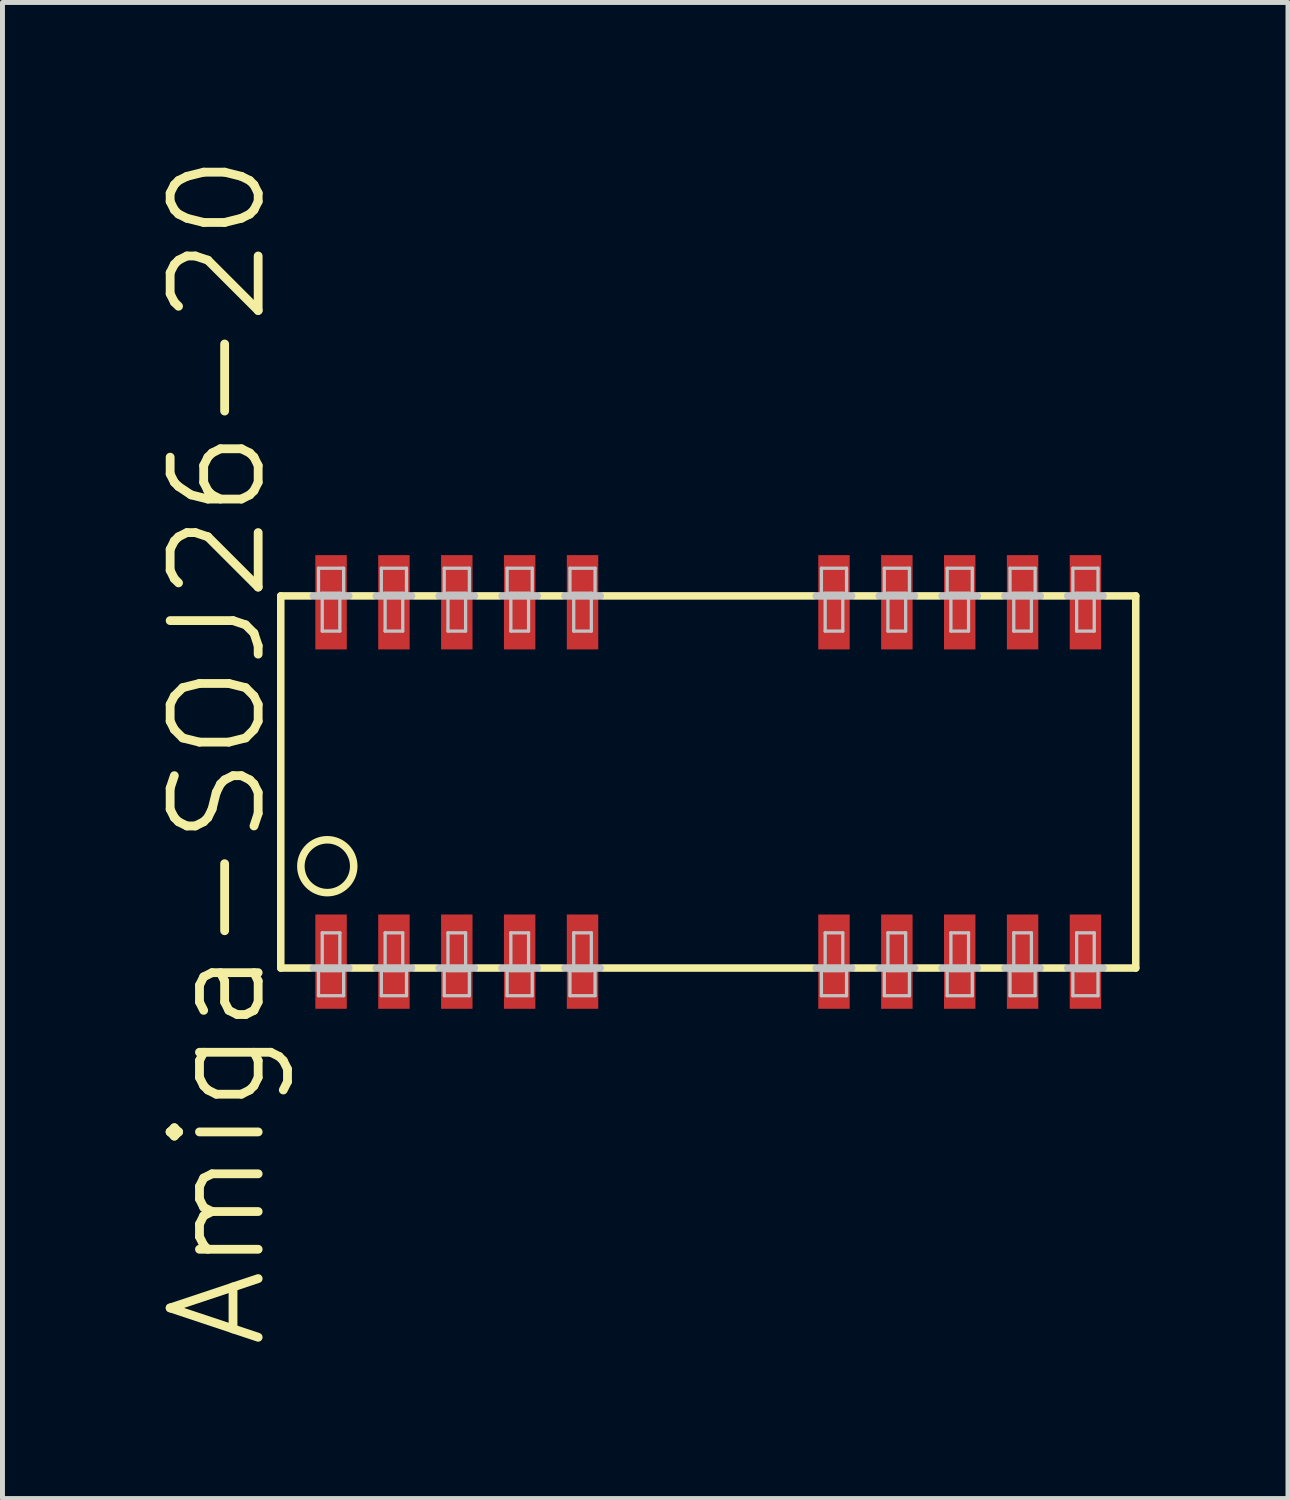
<source format=kicad_pcb>
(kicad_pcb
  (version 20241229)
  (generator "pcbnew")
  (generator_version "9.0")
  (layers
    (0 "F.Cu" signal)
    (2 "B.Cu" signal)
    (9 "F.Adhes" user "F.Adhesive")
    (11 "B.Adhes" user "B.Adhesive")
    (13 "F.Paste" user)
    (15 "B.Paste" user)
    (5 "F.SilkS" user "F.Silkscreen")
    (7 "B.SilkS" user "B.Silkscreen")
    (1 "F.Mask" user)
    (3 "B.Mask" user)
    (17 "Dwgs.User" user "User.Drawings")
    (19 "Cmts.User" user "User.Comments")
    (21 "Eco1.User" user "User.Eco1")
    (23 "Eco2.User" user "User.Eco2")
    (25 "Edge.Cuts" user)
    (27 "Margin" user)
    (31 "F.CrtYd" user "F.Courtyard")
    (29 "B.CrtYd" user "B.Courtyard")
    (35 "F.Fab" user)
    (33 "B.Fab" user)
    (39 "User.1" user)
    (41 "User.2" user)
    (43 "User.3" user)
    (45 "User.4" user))
  (footprint "Amiga-SOJ26-20"
    (layer "F.Cu")
    (at 11.258 12.747)
    (property "Reference" "Amiga-SOJ26-20" (at -9.906 -0.635 90) (layer "F.SilkS") (effects (font (size 1.778 1.778) (thickness 0.178))))
    (attr smd)
    (fp_line (start -8.636 -3.759) (end -8.636 3.759) (stroke (width 0.152) (type solid)) (layer "F.SilkS"))
    (fp_line (start -8.636 -3.759) (end -8.026 -3.759) (stroke (width 0.152) (type solid)) (layer "F.SilkS"))
    (fp_line (start -8.636 3.759) (end -8.026 3.759) (stroke (width 0.152) (type solid)) (layer "F.SilkS"))
    (fp_line (start -7.211 -3.759) (end -6.756 -3.759) (stroke (width 0.152) (type solid)) (layer "F.SilkS"))
    (fp_line (start -6.756 3.759) (end -7.211 3.759) (stroke (width 0.152) (type solid)) (layer "F.SilkS"))
    (fp_line (start -5.944 -3.759) (end -5.486 -3.759) (stroke (width 0.152) (type solid)) (layer "F.SilkS"))
    (fp_line (start -5.486 3.759) (end -5.944 3.759) (stroke (width 0.152) (type solid)) (layer "F.SilkS"))
    (fp_line (start -4.674 -3.759) (end -4.216 -3.759) (stroke (width 0.152) (type solid)) (layer "F.SilkS"))
    (fp_line (start -4.216 3.759) (end -4.674 3.759) (stroke (width 0.152) (type solid)) (layer "F.SilkS"))
    (fp_line (start -3.404 -3.759) (end -2.946 -3.759) (stroke (width 0.152) (type solid)) (layer "F.SilkS"))
    (fp_line (start -2.946 3.759) (end -3.404 3.759) (stroke (width 0.152) (type solid)) (layer "F.SilkS"))
    (fp_line (start -2.134 -3.759) (end 2.134 -3.759) (stroke (width 0.152) (type solid)) (layer "F.SilkS"))
    (fp_line (start 2.134 3.759) (end -2.134 3.759) (stroke (width 0.152) (type solid)) (layer "F.SilkS"))
    (fp_line (start 2.946 -3.759) (end 3.404 -3.759) (stroke (width 0.152) (type solid)) (layer "F.SilkS"))
    (fp_line (start 3.404 3.759) (end 2.946 3.759) (stroke (width 0.152) (type solid)) (layer "F.SilkS"))
    (fp_line (start 4.216 -3.759) (end 4.674 -3.759) (stroke (width 0.152) (type solid)) (layer "F.SilkS"))
    (fp_line (start 4.674 3.759) (end 4.216 3.759) (stroke (width 0.152) (type solid)) (layer "F.SilkS"))
    (fp_line (start 5.486 -3.759) (end 5.944 -3.759) (stroke (width 0.152) (type solid)) (layer "F.SilkS"))
    (fp_line (start 5.944 3.759) (end 5.486 3.759) (stroke (width 0.152) (type solid)) (layer "F.SilkS"))
    (fp_line (start 6.756 -3.759) (end 7.211 -3.759) (stroke (width 0.152) (type solid)) (layer "F.SilkS"))
    (fp_line (start 7.211 3.759) (end 6.756 3.759) (stroke (width 0.152) (type solid)) (layer "F.SilkS"))
    (fp_line (start 8.636 -3.759) (end 8.026 -3.759) (stroke (width 0.152) (type solid)) (layer "F.SilkS"))
    (fp_line (start 8.636 3.759) (end 8.026 3.759) (stroke (width 0.152) (type solid)) (layer "F.SilkS"))
    (fp_line (start 8.636 3.759) (end 8.636 -3.759) (stroke (width 0.152) (type solid)) (layer "F.SilkS"))
    (fp_circle (center -7.696 1.702) (end -7.696 1.168) (stroke (width 0.152) (type solid)) (fill no) (layer "F.SilkS"))
    (fp_line (start -7.976 -3.759) (end -7.262 -3.759) (stroke (width 0.152) (type solid)) (layer "Dwgs.User"))
    (fp_line (start -7.976 3.759) (end -7.262 3.759) (stroke (width 0.152) (type solid)) (layer "Dwgs.User"))
    (fp_line (start -7.874 -4.318) (end -7.366 -4.318) (stroke (width 0.066) (type solid)) (layer "Dwgs.User"))
    (fp_line (start -7.874 -3.81) (end -7.874 -4.318) (stroke (width 0.066) (type solid)) (layer "Dwgs.User"))
    (fp_line (start -7.874 -3.81) (end -7.366 -3.81) (stroke (width 0.066) (type solid)) (layer "Dwgs.User"))
    (fp_line (start -7.874 3.81) (end -7.366 3.81) (stroke (width 0.066) (type solid)) (layer "Dwgs.User"))
    (fp_line (start -7.874 4.318) (end -7.874 3.81) (stroke (width 0.066) (type solid)) (layer "Dwgs.User"))
    (fp_line (start -7.874 4.318) (end -7.366 4.318) (stroke (width 0.066) (type solid)) (layer "Dwgs.User"))
    (fp_line (start -7.798 -3.81) (end -7.442 -3.81) (stroke (width 0.066) (type solid)) (layer "Dwgs.User"))
    (fp_line (start -7.798 -3.048) (end -7.798 -3.81) (stroke (width 0.066) (type solid)) (layer "Dwgs.User"))
    (fp_line (start -7.798 -3.048) (end -7.442 -3.048) (stroke (width 0.066) (type solid)) (layer "Dwgs.User"))
    (fp_line (start -7.798 3.048) (end -7.442 3.048) (stroke (width 0.066) (type solid)) (layer "Dwgs.User"))
    (fp_line (start -7.798 3.81) (end -7.798 3.048) (stroke (width 0.066) (type solid)) (layer "Dwgs.User"))
    (fp_line (start -7.798 3.81) (end -7.442 3.81) (stroke (width 0.066) (type solid)) (layer "Dwgs.User"))
    (fp_line (start -7.442 -3.048) (end -7.442 -3.81) (stroke (width 0.066) (type solid)) (layer "Dwgs.User"))
    (fp_line (start -7.442 3.81) (end -7.442 3.048) (stroke (width 0.066) (type solid)) (layer "Dwgs.User"))
    (fp_line (start -7.366 -3.81) (end -7.366 -4.318) (stroke (width 0.066) (type solid)) (layer "Dwgs.User"))
    (fp_line (start -7.366 4.318) (end -7.366 3.81) (stroke (width 0.066) (type solid)) (layer "Dwgs.User"))
    (fp_line (start -6.706 -3.759) (end -5.994 -3.759) (stroke (width 0.152) (type solid)) (layer "Dwgs.User"))
    (fp_line (start -6.604 -4.318) (end -6.096 -4.318) (stroke (width 0.066) (type solid)) (layer "Dwgs.User"))
    (fp_line (start -6.604 -3.81) (end -6.604 -4.318) (stroke (width 0.066) (type solid)) (layer "Dwgs.User"))
    (fp_line (start -6.604 -3.81) (end -6.096 -3.81) (stroke (width 0.066) (type solid)) (layer "Dwgs.User"))
    (fp_line (start -6.604 3.81) (end -6.096 3.81) (stroke (width 0.066) (type solid)) (layer "Dwgs.User"))
    (fp_line (start -6.604 4.318) (end -6.604 3.81) (stroke (width 0.066) (type solid)) (layer "Dwgs.User"))
    (fp_line (start -6.604 4.318) (end -6.096 4.318) (stroke (width 0.066) (type solid)) (layer "Dwgs.User"))
    (fp_line (start -6.528 -3.81) (end -6.172 -3.81) (stroke (width 0.066) (type solid)) (layer "Dwgs.User"))
    (fp_line (start -6.528 -3.048) (end -6.528 -3.81) (stroke (width 0.066) (type solid)) (layer "Dwgs.User"))
    (fp_line (start -6.528 -3.048) (end -6.172 -3.048) (stroke (width 0.066) (type solid)) (layer "Dwgs.User"))
    (fp_line (start -6.528 3.048) (end -6.172 3.048) (stroke (width 0.066) (type solid)) (layer "Dwgs.User"))
    (fp_line (start -6.528 3.81) (end -6.528 3.048) (stroke (width 0.066) (type solid)) (layer "Dwgs.User"))
    (fp_line (start -6.528 3.81) (end -6.172 3.81) (stroke (width 0.066) (type solid)) (layer "Dwgs.User"))
    (fp_line (start -6.172 -3.048) (end -6.172 -3.81) (stroke (width 0.066) (type solid)) (layer "Dwgs.User"))
    (fp_line (start -6.172 3.81) (end -6.172 3.048) (stroke (width 0.066) (type solid)) (layer "Dwgs.User"))
    (fp_line (start -6.096 -3.81) (end -6.096 -4.318) (stroke (width 0.066) (type solid)) (layer "Dwgs.User"))
    (fp_line (start -6.096 4.318) (end -6.096 3.81) (stroke (width 0.066) (type solid)) (layer "Dwgs.User"))
    (fp_line (start -5.994 3.759) (end -6.706 3.759) (stroke (width 0.152) (type solid)) (layer "Dwgs.User"))
    (fp_line (start -5.436 -3.759) (end -4.724 -3.759) (stroke (width 0.152) (type solid)) (layer "Dwgs.User"))
    (fp_line (start -5.334 -4.318) (end -4.826 -4.318) (stroke (width 0.066) (type solid)) (layer "Dwgs.User"))
    (fp_line (start -5.334 -3.81) (end -5.334 -4.318) (stroke (width 0.066) (type solid)) (layer "Dwgs.User"))
    (fp_line (start -5.334 -3.81) (end -4.826 -3.81) (stroke (width 0.066) (type solid)) (layer "Dwgs.User"))
    (fp_line (start -5.334 3.81) (end -4.826 3.81) (stroke (width 0.066) (type solid)) (layer "Dwgs.User"))
    (fp_line (start -5.334 4.318) (end -5.334 3.81) (stroke (width 0.066) (type solid)) (layer "Dwgs.User"))
    (fp_line (start -5.334 4.318) (end -4.826 4.318) (stroke (width 0.066) (type solid)) (layer "Dwgs.User"))
    (fp_line (start -5.258 -3.81) (end -4.902 -3.81) (stroke (width 0.066) (type solid)) (layer "Dwgs.User"))
    (fp_line (start -5.258 -3.048) (end -5.258 -3.81) (stroke (width 0.066) (type solid)) (layer "Dwgs.User"))
    (fp_line (start -5.258 -3.048) (end -4.902 -3.048) (stroke (width 0.066) (type solid)) (layer "Dwgs.User"))
    (fp_line (start -5.258 3.048) (end -4.902 3.048) (stroke (width 0.066) (type solid)) (layer "Dwgs.User"))
    (fp_line (start -5.258 3.81) (end -5.258 3.048) (stroke (width 0.066) (type solid)) (layer "Dwgs.User"))
    (fp_line (start -5.258 3.81) (end -4.902 3.81) (stroke (width 0.066) (type solid)) (layer "Dwgs.User"))
    (fp_line (start -4.902 -3.048) (end -4.902 -3.81) (stroke (width 0.066) (type solid)) (layer "Dwgs.User"))
    (fp_line (start -4.902 3.81) (end -4.902 3.048) (stroke (width 0.066) (type solid)) (layer "Dwgs.User"))
    (fp_line (start -4.826 -3.81) (end -4.826 -4.318) (stroke (width 0.066) (type solid)) (layer "Dwgs.User"))
    (fp_line (start -4.826 4.318) (end -4.826 3.81) (stroke (width 0.066) (type solid)) (layer "Dwgs.User"))
    (fp_line (start -4.724 3.759) (end -5.436 3.759) (stroke (width 0.152) (type solid)) (layer "Dwgs.User"))
    (fp_line (start -4.166 -3.759) (end -3.454 -3.759) (stroke (width 0.152) (type solid)) (layer "Dwgs.User"))
    (fp_line (start -4.064 -4.318) (end -3.556 -4.318) (stroke (width 0.066) (type solid)) (layer "Dwgs.User"))
    (fp_line (start -4.064 -3.81) (end -4.064 -4.318) (stroke (width 0.066) (type solid)) (layer "Dwgs.User"))
    (fp_line (start -4.064 -3.81) (end -3.556 -3.81) (stroke (width 0.066) (type solid)) (layer "Dwgs.User"))
    (fp_line (start -4.064 3.81) (end -3.556 3.81) (stroke (width 0.066) (type solid)) (layer "Dwgs.User"))
    (fp_line (start -4.064 4.318) (end -4.064 3.81) (stroke (width 0.066) (type solid)) (layer "Dwgs.User"))
    (fp_line (start -4.064 4.318) (end -3.556 4.318) (stroke (width 0.066) (type solid)) (layer "Dwgs.User"))
    (fp_line (start -3.988 -3.81) (end -3.63 -3.81) (stroke (width 0.066) (type solid)) (layer "Dwgs.User"))
    (fp_line (start -3.988 -3.048) (end -3.988 -3.81) (stroke (width 0.066) (type solid)) (layer "Dwgs.User"))
    (fp_line (start -3.988 -3.048) (end -3.63 -3.048) (stroke (width 0.066) (type solid)) (layer "Dwgs.User"))
    (fp_line (start -3.988 3.048) (end -3.63 3.048) (stroke (width 0.066) (type solid)) (layer "Dwgs.User"))
    (fp_line (start -3.988 3.81) (end -3.988 3.048) (stroke (width 0.066) (type solid)) (layer "Dwgs.User"))
    (fp_line (start -3.988 3.81) (end -3.63 3.81) (stroke (width 0.066) (type solid)) (layer "Dwgs.User"))
    (fp_line (start -3.63 -3.048) (end -3.63 -3.81) (stroke (width 0.066) (type solid)) (layer "Dwgs.User"))
    (fp_line (start -3.63 3.81) (end -3.63 3.048) (stroke (width 0.066) (type solid)) (layer "Dwgs.User"))
    (fp_line (start -3.556 -3.81) (end -3.556 -4.318) (stroke (width 0.066) (type solid)) (layer "Dwgs.User"))
    (fp_line (start -3.556 4.318) (end -3.556 3.81) (stroke (width 0.066) (type solid)) (layer "Dwgs.User"))
    (fp_line (start -3.454 3.759) (end -4.166 3.759) (stroke (width 0.152) (type solid)) (layer "Dwgs.User"))
    (fp_line (start -2.896 -3.759) (end -2.182 -3.759) (stroke (width 0.152) (type solid)) (layer "Dwgs.User"))
    (fp_line (start -2.794 -4.318) (end -2.286 -4.318) (stroke (width 0.066) (type solid)) (layer "Dwgs.User"))
    (fp_line (start -2.794 -3.81) (end -2.794 -4.318) (stroke (width 0.066) (type solid)) (layer "Dwgs.User"))
    (fp_line (start -2.794 -3.81) (end -2.286 -3.81) (stroke (width 0.066) (type solid)) (layer "Dwgs.User"))
    (fp_line (start -2.794 3.81) (end -2.286 3.81) (stroke (width 0.066) (type solid)) (layer "Dwgs.User"))
    (fp_line (start -2.794 4.318) (end -2.794 3.81) (stroke (width 0.066) (type solid)) (layer "Dwgs.User"))
    (fp_line (start -2.794 4.318) (end -2.286 4.318) (stroke (width 0.066) (type solid)) (layer "Dwgs.User"))
    (fp_line (start -2.718 -3.81) (end -2.362 -3.81) (stroke (width 0.066) (type solid)) (layer "Dwgs.User"))
    (fp_line (start -2.718 -3.048) (end -2.718 -3.81) (stroke (width 0.066) (type solid)) (layer "Dwgs.User"))
    (fp_line (start -2.718 -3.048) (end -2.362 -3.048) (stroke (width 0.066) (type solid)) (layer "Dwgs.User"))
    (fp_line (start -2.718 3.048) (end -2.362 3.048) (stroke (width 0.066) (type solid)) (layer "Dwgs.User"))
    (fp_line (start -2.718 3.81) (end -2.718 3.048) (stroke (width 0.066) (type solid)) (layer "Dwgs.User"))
    (fp_line (start -2.718 3.81) (end -2.362 3.81) (stroke (width 0.066) (type solid)) (layer "Dwgs.User"))
    (fp_line (start -2.362 -3.048) (end -2.362 -3.81) (stroke (width 0.066) (type solid)) (layer "Dwgs.User"))
    (fp_line (start -2.362 3.81) (end -2.362 3.048) (stroke (width 0.066) (type solid)) (layer "Dwgs.User"))
    (fp_line (start -2.286 -3.81) (end -2.286 -4.318) (stroke (width 0.066) (type solid)) (layer "Dwgs.User"))
    (fp_line (start -2.286 4.318) (end -2.286 3.81) (stroke (width 0.066) (type solid)) (layer "Dwgs.User"))
    (fp_line (start -2.182 3.759) (end -2.896 3.759) (stroke (width 0.152) (type solid)) (layer "Dwgs.User"))
    (fp_line (start 2.182 -3.759) (end 2.896 -3.759) (stroke (width 0.152) (type solid)) (layer "Dwgs.User"))
    (fp_line (start 2.286 -4.318) (end 2.794 -4.318) (stroke (width 0.066) (type solid)) (layer "Dwgs.User"))
    (fp_line (start 2.286 -3.81) (end 2.286 -4.318) (stroke (width 0.066) (type solid)) (layer "Dwgs.User"))
    (fp_line (start 2.286 -3.81) (end 2.794 -3.81) (stroke (width 0.066) (type solid)) (layer "Dwgs.User"))
    (fp_line (start 2.286 3.81) (end 2.794 3.81) (stroke (width 0.066) (type solid)) (layer "Dwgs.User"))
    (fp_line (start 2.286 4.318) (end 2.286 3.81) (stroke (width 0.066) (type solid)) (layer "Dwgs.User"))
    (fp_line (start 2.286 4.318) (end 2.794 4.318) (stroke (width 0.066) (type solid)) (layer "Dwgs.User"))
    (fp_line (start 2.362 -3.81) (end 2.718 -3.81) (stroke (width 0.066) (type solid)) (layer "Dwgs.User"))
    (fp_line (start 2.362 -3.048) (end 2.362 -3.81) (stroke (width 0.066) (type solid)) (layer "Dwgs.User"))
    (fp_line (start 2.362 -3.048) (end 2.718 -3.048) (stroke (width 0.066) (type solid)) (layer "Dwgs.User"))
    (fp_line (start 2.362 3.048) (end 2.718 3.048) (stroke (width 0.066) (type solid)) (layer "Dwgs.User"))
    (fp_line (start 2.362 3.81) (end 2.362 3.048) (stroke (width 0.066) (type solid)) (layer "Dwgs.User"))
    (fp_line (start 2.362 3.81) (end 2.718 3.81) (stroke (width 0.066) (type solid)) (layer "Dwgs.User"))
    (fp_line (start 2.718 -3.048) (end 2.718 -3.81) (stroke (width 0.066) (type solid)) (layer "Dwgs.User"))
    (fp_line (start 2.718 3.81) (end 2.718 3.048) (stroke (width 0.066) (type solid)) (layer "Dwgs.User"))
    (fp_line (start 2.794 -3.81) (end 2.794 -4.318) (stroke (width 0.066) (type solid)) (layer "Dwgs.User"))
    (fp_line (start 2.794 4.318) (end 2.794 3.81) (stroke (width 0.066) (type solid)) (layer "Dwgs.User"))
    (fp_line (start 2.896 3.759) (end 2.182 3.759) (stroke (width 0.152) (type solid)) (layer "Dwgs.User"))
    (fp_line (start 3.454 -3.759) (end 4.166 -3.759) (stroke (width 0.152) (type solid)) (layer "Dwgs.User"))
    (fp_line (start 3.556 -4.318) (end 4.064 -4.318) (stroke (width 0.066) (type solid)) (layer "Dwgs.User"))
    (fp_line (start 3.556 -3.81) (end 3.556 -4.318) (stroke (width 0.066) (type solid)) (layer "Dwgs.User"))
    (fp_line (start 3.556 -3.81) (end 4.064 -3.81) (stroke (width 0.066) (type solid)) (layer "Dwgs.User"))
    (fp_line (start 3.556 3.81) (end 4.064 3.81) (stroke (width 0.066) (type solid)) (layer "Dwgs.User"))
    (fp_line (start 3.556 4.318) (end 3.556 3.81) (stroke (width 0.066) (type solid)) (layer "Dwgs.User"))
    (fp_line (start 3.556 4.318) (end 4.064 4.318) (stroke (width 0.066) (type solid)) (layer "Dwgs.User"))
    (fp_line (start 3.63 -3.81) (end 3.988 -3.81) (stroke (width 0.066) (type solid)) (layer "Dwgs.User"))
    (fp_line (start 3.63 -3.048) (end 3.63 -3.81) (stroke (width 0.066) (type solid)) (layer "Dwgs.User"))
    (fp_line (start 3.63 -3.048) (end 3.988 -3.048) (stroke (width 0.066) (type solid)) (layer "Dwgs.User"))
    (fp_line (start 3.63 3.048) (end 3.988 3.048) (stroke (width 0.066) (type solid)) (layer "Dwgs.User"))
    (fp_line (start 3.63 3.81) (end 3.63 3.048) (stroke (width 0.066) (type solid)) (layer "Dwgs.User"))
    (fp_line (start 3.63 3.81) (end 3.988 3.81) (stroke (width 0.066) (type solid)) (layer "Dwgs.User"))
    (fp_line (start 3.988 -3.048) (end 3.988 -3.81) (stroke (width 0.066) (type solid)) (layer "Dwgs.User"))
    (fp_line (start 3.988 3.81) (end 3.988 3.048) (stroke (width 0.066) (type solid)) (layer "Dwgs.User"))
    (fp_line (start 4.064 -3.81) (end 4.064 -4.318) (stroke (width 0.066) (type solid)) (layer "Dwgs.User"))
    (fp_line (start 4.064 4.318) (end 4.064 3.81) (stroke (width 0.066) (type solid)) (layer "Dwgs.User"))
    (fp_line (start 4.166 3.759) (end 3.454 3.759) (stroke (width 0.152) (type solid)) (layer "Dwgs.User"))
    (fp_line (start 4.724 -3.759) (end 5.436 -3.759) (stroke (width 0.152) (type solid)) (layer "Dwgs.User"))
    (fp_line (start 4.826 -4.318) (end 5.334 -4.318) (stroke (width 0.066) (type solid)) (layer "Dwgs.User"))
    (fp_line (start 4.826 -3.81) (end 4.826 -4.318) (stroke (width 0.066) (type solid)) (layer "Dwgs.User"))
    (fp_line (start 4.826 -3.81) (end 5.334 -3.81) (stroke (width 0.066) (type solid)) (layer "Dwgs.User"))
    (fp_line (start 4.826 3.81) (end 5.334 3.81) (stroke (width 0.066) (type solid)) (layer "Dwgs.User"))
    (fp_line (start 4.826 4.318) (end 4.826 3.81) (stroke (width 0.066) (type solid)) (layer "Dwgs.User"))
    (fp_line (start 4.826 4.318) (end 5.334 4.318) (stroke (width 0.066) (type solid)) (layer "Dwgs.User"))
    (fp_line (start 4.902 -3.81) (end 5.258 -3.81) (stroke (width 0.066) (type solid)) (layer "Dwgs.User"))
    (fp_line (start 4.902 -3.048) (end 4.902 -3.81) (stroke (width 0.066) (type solid)) (layer "Dwgs.User"))
    (fp_line (start 4.902 -3.048) (end 5.258 -3.048) (stroke (width 0.066) (type solid)) (layer "Dwgs.User"))
    (fp_line (start 4.902 3.048) (end 5.258 3.048) (stroke (width 0.066) (type solid)) (layer "Dwgs.User"))
    (fp_line (start 4.902 3.81) (end 4.902 3.048) (stroke (width 0.066) (type solid)) (layer "Dwgs.User"))
    (fp_line (start 4.902 3.81) (end 5.258 3.81) (stroke (width 0.066) (type solid)) (layer "Dwgs.User"))
    (fp_line (start 5.258 -3.048) (end 5.258 -3.81) (stroke (width 0.066) (type solid)) (layer "Dwgs.User"))
    (fp_line (start 5.258 3.81) (end 5.258 3.048) (stroke (width 0.066) (type solid)) (layer "Dwgs.User"))
    (fp_line (start 5.334 -3.81) (end 5.334 -4.318) (stroke (width 0.066) (type solid)) (layer "Dwgs.User"))
    (fp_line (start 5.334 4.318) (end 5.334 3.81) (stroke (width 0.066) (type solid)) (layer "Dwgs.User"))
    (fp_line (start 5.436 3.759) (end 4.724 3.759) (stroke (width 0.152) (type solid)) (layer "Dwgs.User"))
    (fp_line (start 5.994 -3.759) (end 6.706 -3.759) (stroke (width 0.152) (type solid)) (layer "Dwgs.User"))
    (fp_line (start 6.096 -4.318) (end 6.604 -4.318) (stroke (width 0.066) (type solid)) (layer "Dwgs.User"))
    (fp_line (start 6.096 -3.81) (end 6.096 -4.318) (stroke (width 0.066) (type solid)) (layer "Dwgs.User"))
    (fp_line (start 6.096 -3.81) (end 6.604 -3.81) (stroke (width 0.066) (type solid)) (layer "Dwgs.User"))
    (fp_line (start 6.096 3.81) (end 6.604 3.81) (stroke (width 0.066) (type solid)) (layer "Dwgs.User"))
    (fp_line (start 6.096 4.318) (end 6.096 3.81) (stroke (width 0.066) (type solid)) (layer "Dwgs.User"))
    (fp_line (start 6.096 4.318) (end 6.604 4.318) (stroke (width 0.066) (type solid)) (layer "Dwgs.User"))
    (fp_line (start 6.172 -3.81) (end 6.528 -3.81) (stroke (width 0.066) (type solid)) (layer "Dwgs.User"))
    (fp_line (start 6.172 -3.048) (end 6.172 -3.81) (stroke (width 0.066) (type solid)) (layer "Dwgs.User"))
    (fp_line (start 6.172 -3.048) (end 6.528 -3.048) (stroke (width 0.066) (type solid)) (layer "Dwgs.User"))
    (fp_line (start 6.172 3.048) (end 6.528 3.048) (stroke (width 0.066) (type solid)) (layer "Dwgs.User"))
    (fp_line (start 6.172 3.81) (end 6.172 3.048) (stroke (width 0.066) (type solid)) (layer "Dwgs.User"))
    (fp_line (start 6.172 3.81) (end 6.528 3.81) (stroke (width 0.066) (type solid)) (layer "Dwgs.User"))
    (fp_line (start 6.528 -3.048) (end 6.528 -3.81) (stroke (width 0.066) (type solid)) (layer "Dwgs.User"))
    (fp_line (start 6.528 3.81) (end 6.528 3.048) (stroke (width 0.066) (type solid)) (layer "Dwgs.User"))
    (fp_line (start 6.604 -3.81) (end 6.604 -4.318) (stroke (width 0.066) (type solid)) (layer "Dwgs.User"))
    (fp_line (start 6.604 4.318) (end 6.604 3.81) (stroke (width 0.066) (type solid)) (layer "Dwgs.User"))
    (fp_line (start 6.706 3.759) (end 5.994 3.759) (stroke (width 0.152) (type solid)) (layer "Dwgs.User"))
    (fp_line (start 7.366 -4.318) (end 7.874 -4.318) (stroke (width 0.066) (type solid)) (layer "Dwgs.User"))
    (fp_line (start 7.366 -3.81) (end 7.366 -4.318) (stroke (width 0.066) (type solid)) (layer "Dwgs.User"))
    (fp_line (start 7.366 -3.81) (end 7.874 -3.81) (stroke (width 0.066) (type solid)) (layer "Dwgs.User"))
    (fp_line (start 7.366 3.81) (end 7.874 3.81) (stroke (width 0.066) (type solid)) (layer "Dwgs.User"))
    (fp_line (start 7.366 4.318) (end 7.366 3.81) (stroke (width 0.066) (type solid)) (layer "Dwgs.User"))
    (fp_line (start 7.366 4.318) (end 7.874 4.318) (stroke (width 0.066) (type solid)) (layer "Dwgs.User"))
    (fp_line (start 7.442 -3.81) (end 7.798 -3.81) (stroke (width 0.066) (type solid)) (layer "Dwgs.User"))
    (fp_line (start 7.442 -3.048) (end 7.442 -3.81) (stroke (width 0.066) (type solid)) (layer "Dwgs.User"))
    (fp_line (start 7.442 -3.048) (end 7.798 -3.048) (stroke (width 0.066) (type solid)) (layer "Dwgs.User"))
    (fp_line (start 7.442 3.048) (end 7.798 3.048) (stroke (width 0.066) (type solid)) (layer "Dwgs.User"))
    (fp_line (start 7.442 3.81) (end 7.442 3.048) (stroke (width 0.066) (type solid)) (layer "Dwgs.User"))
    (fp_line (start 7.442 3.81) (end 7.798 3.81) (stroke (width 0.066) (type solid)) (layer "Dwgs.User"))
    (fp_line (start 7.798 -3.048) (end 7.798 -3.81) (stroke (width 0.066) (type solid)) (layer "Dwgs.User"))
    (fp_line (start 7.798 3.81) (end 7.798 3.048) (stroke (width 0.066) (type solid)) (layer "Dwgs.User"))
    (fp_line (start 7.874 -3.81) (end 7.874 -4.318) (stroke (width 0.066) (type solid)) (layer "Dwgs.User"))
    (fp_line (start 7.874 4.318) (end 7.874 3.81) (stroke (width 0.066) (type solid)) (layer "Dwgs.User"))
    (fp_line (start 7.976 -3.759) (end 7.262 -3.759) (stroke (width 0.152) (type solid)) (layer "Dwgs.User"))
    (fp_line (start 7.976 3.759) (end 7.262 3.759) (stroke (width 0.152) (type solid)) (layer "Dwgs.User"))
    (pad "1" smd rect (at -7.62 3.63) (size 0.635 1.905) (layers "F.Cu" "F.Mask" "F.Paste"))
    (pad "2" smd rect (at -6.35 3.63) (size 0.635 1.905) (layers "F.Cu" "F.Mask" "F.Paste"))
    (pad "3" smd rect (at -5.08 3.63) (size 0.635 1.905) (layers "F.Cu" "F.Mask" "F.Paste"))
    (pad "4" smd rect (at -3.81 3.63) (size 0.635 1.905) (layers "F.Cu" "F.Mask" "F.Paste"))
    (pad "5" smd rect (at -2.54 3.63) (size 0.635 1.905) (layers "F.Cu" "F.Mask" "F.Paste"))
    (pad "9" smd rect (at 2.54 3.63) (size 0.635 1.905) (layers "F.Cu" "F.Mask" "F.Paste"))
    (pad "10" smd rect (at 3.81 3.63) (size 0.635 1.905) (layers "F.Cu" "F.Mask" "F.Paste"))
    (pad "11" smd rect (at 5.08 3.63) (size 0.635 1.905) (layers "F.Cu" "F.Mask" "F.Paste"))
    (pad "12" smd rect (at 6.35 3.63) (size 0.635 1.905) (layers "F.Cu" "F.Mask" "F.Paste"))
    (pad "13" smd rect (at 7.62 3.63) (size 0.635 1.905) (layers "F.Cu" "F.Mask" "F.Paste"))
    (pad "14" smd rect (at 7.62 -3.63) (size 0.635 1.905) (layers "F.Cu" "F.Mask" "F.Paste"))
    (pad "15" smd rect (at 6.35 -3.63) (size 0.635 1.905) (layers "F.Cu" "F.Mask" "F.Paste"))
    (pad "16" smd rect (at 5.08 -3.63) (size 0.635 1.905) (layers "F.Cu" "F.Mask" "F.Paste"))
    (pad "17" smd rect (at 3.81 -3.63) (size 0.635 1.905) (layers "F.Cu" "F.Mask" "F.Paste"))
    (pad "18" smd rect (at 2.54 -3.63) (size 0.635 1.905) (layers "F.Cu" "F.Mask" "F.Paste"))
    (pad "22" smd rect (at -2.54 -3.63) (size 0.635 1.905) (layers "F.Cu" "F.Mask" "F.Paste"))
    (pad "23" smd rect (at -3.81 -3.63) (size 0.635 1.905) (layers "F.Cu" "F.Mask" "F.Paste"))
    (pad "24" smd rect (at -5.08 -3.63) (size 0.635 1.905) (layers "F.Cu" "F.Mask" "F.Paste"))
    (pad "25" smd rect (at -6.35 -3.63) (size 0.635 1.905) (layers "F.Cu" "F.Mask" "F.Paste"))
    (pad "26" smd rect (at -7.62 -3.63) (size 0.635 1.905) (layers "F.Cu" "F.Mask" "F.Paste")))
  (gr_rect
    (start -3 -3)
    (end 22.97 27.223)
    (stroke (width 0.1) (type default))
    (fill no)
    (layer "Edge.Cuts")))
</source>
